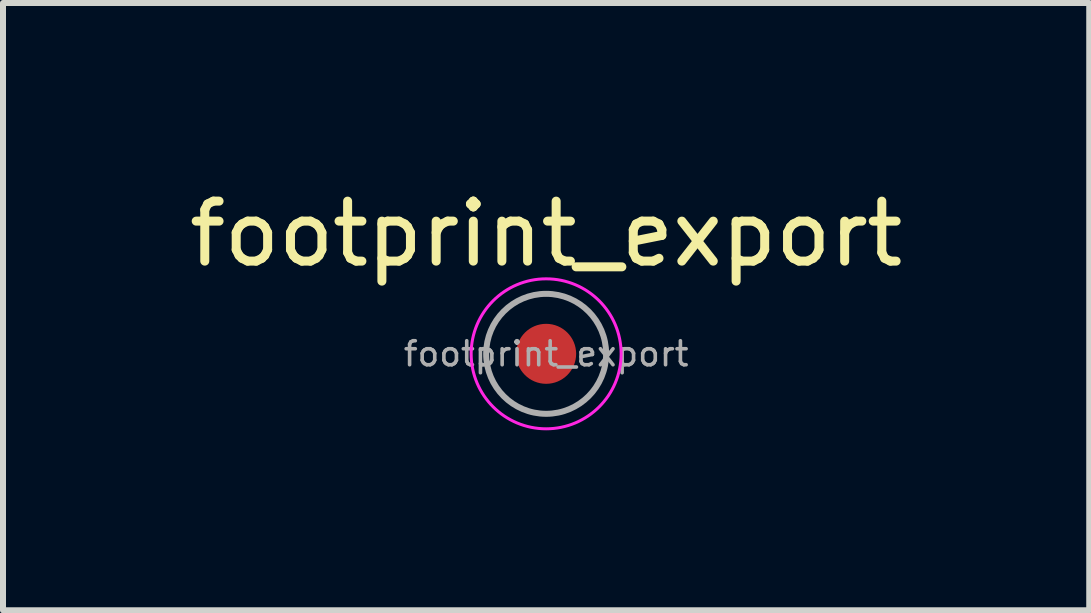
<source format=kicad_pcb>
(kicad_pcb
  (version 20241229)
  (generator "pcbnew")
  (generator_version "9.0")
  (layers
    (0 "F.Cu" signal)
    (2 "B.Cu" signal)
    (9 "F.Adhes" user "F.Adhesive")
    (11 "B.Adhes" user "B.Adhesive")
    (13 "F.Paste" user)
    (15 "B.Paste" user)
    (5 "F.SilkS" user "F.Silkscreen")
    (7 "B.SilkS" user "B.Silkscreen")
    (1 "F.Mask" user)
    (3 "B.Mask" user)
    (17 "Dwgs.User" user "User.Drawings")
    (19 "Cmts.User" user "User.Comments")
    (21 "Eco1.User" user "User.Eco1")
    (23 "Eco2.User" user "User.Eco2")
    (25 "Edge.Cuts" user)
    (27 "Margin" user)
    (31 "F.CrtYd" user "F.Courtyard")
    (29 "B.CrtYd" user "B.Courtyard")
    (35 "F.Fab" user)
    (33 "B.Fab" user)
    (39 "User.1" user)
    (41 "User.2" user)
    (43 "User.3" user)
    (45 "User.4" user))
  (footprint "footprint_export"
    (layer "F.Cu")
    (at 6.054 2.848)
    (property "Reference" "footprint_export" (at 0 -2 0) (layer "F.SilkS") (effects (font (size 1 1) (thickness 0.15))))
    (attr smd)
    (fp_circle (center 0 0) (end 1.25 0) (stroke (width 0.05) (type solid)) (fill no) (layer "F.CrtYd"))
    (fp_circle (center 0 0) (end 1 0) (stroke (width 0.1) (type solid)) (fill no) (layer "F.Fab"))
    (fp_text user "${REFERENCE}" (at 0 0 0) (layer "F.Fab") (effects (font (size 0.4 0.4) (thickness 0.06))))
    (pad "" smd circle (at 0 0) (size 1 1) (layers "F.Cu" "F.Mask")))
  (gr_rect
    (start -3 -3)
    (end 15.107 7.123)
    (stroke (width 0.1) (type default))
    (fill no)
    (layer "Edge.Cuts")))
</source>
